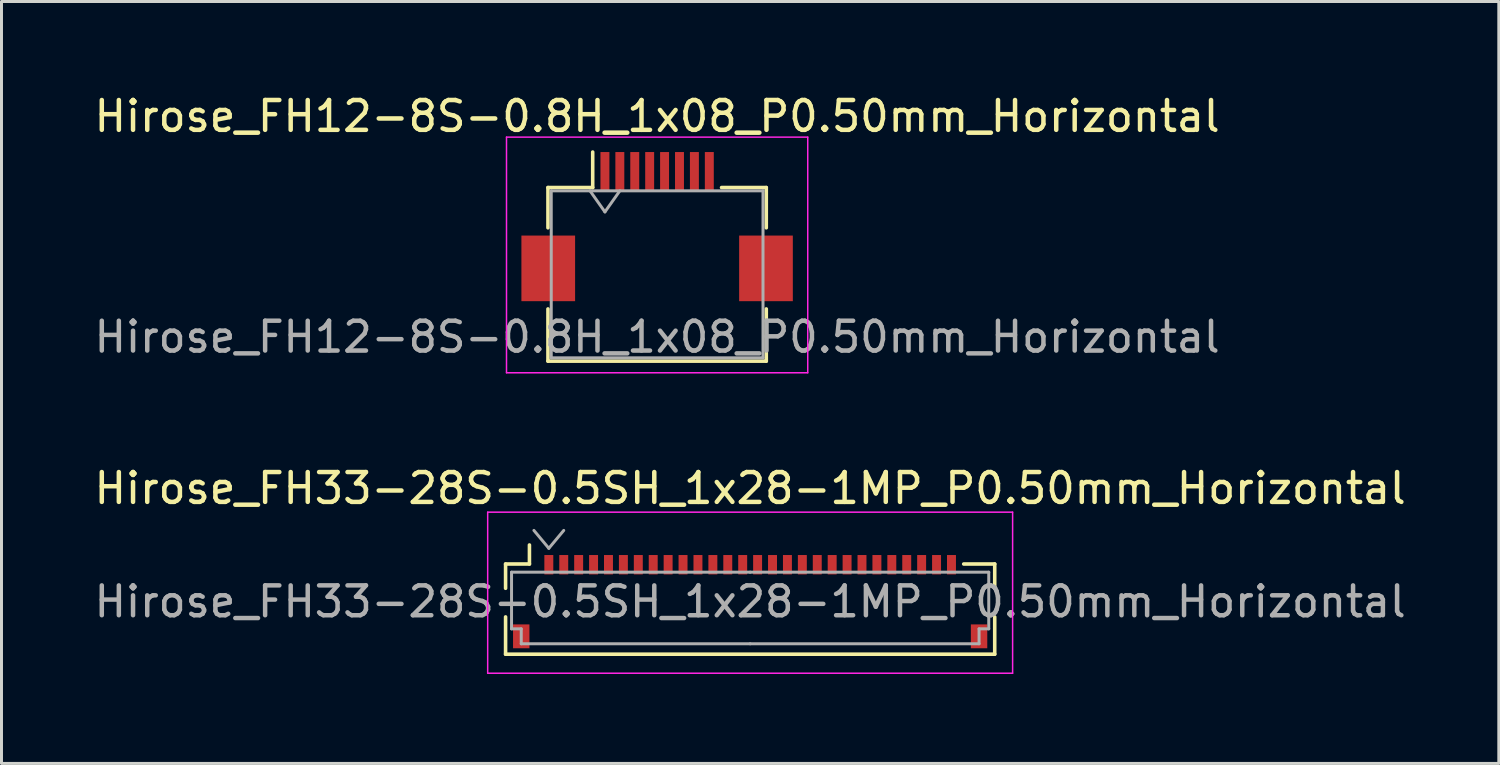
<source format=kicad_pcb>
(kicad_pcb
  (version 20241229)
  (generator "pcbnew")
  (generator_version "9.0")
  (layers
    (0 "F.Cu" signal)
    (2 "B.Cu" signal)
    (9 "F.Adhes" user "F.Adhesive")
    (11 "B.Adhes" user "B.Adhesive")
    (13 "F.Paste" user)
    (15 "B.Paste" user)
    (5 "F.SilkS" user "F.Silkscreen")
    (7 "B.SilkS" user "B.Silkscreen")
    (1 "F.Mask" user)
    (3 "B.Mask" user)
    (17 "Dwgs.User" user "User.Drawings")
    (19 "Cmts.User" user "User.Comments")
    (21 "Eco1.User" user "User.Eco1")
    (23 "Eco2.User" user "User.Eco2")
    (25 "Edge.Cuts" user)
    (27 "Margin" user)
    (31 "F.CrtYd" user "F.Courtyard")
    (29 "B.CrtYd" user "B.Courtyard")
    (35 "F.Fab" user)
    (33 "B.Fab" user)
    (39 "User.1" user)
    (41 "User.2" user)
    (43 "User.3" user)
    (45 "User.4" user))
  (footprint "Hirose_FH12-8S-0.8H_1x08_P0.50mm_Horizontal"
    (layer "F.Cu")
    (at 18.982 4.548)
    (property "Reference" "Hirose_FH12-8S-0.8H_1x08_P0.50mm_Horizontal" (at 0 -3.7 0) (layer "F.SilkS") (effects (font (size 1 1) (thickness 0.15))))
    (attr smd)
    (fp_line (start -3.66 -1.31) (end -2.16 -1.31) (stroke (width 0.12) (type solid)) (layer "F.SilkS"))
    (fp_line (start -3.66 0.04) (end -3.66 -1.31) (stroke (width 0.12) (type solid)) (layer "F.SilkS"))
    (fp_line (start -3.66 2.76) (end -3.66 4.51) (stroke (width 0.12) (type solid)) (layer "F.SilkS"))
    (fp_line (start -3.66 4.51) (end 3.66 4.51) (stroke (width 0.12) (type solid)) (layer "F.SilkS"))
    (fp_line (start -2.16 -1.31) (end -2.16 -2.5) (stroke (width 0.12) (type solid)) (layer "F.SilkS"))
    (fp_line (start 3.66 -1.31) (end 2.16 -1.31) (stroke (width 0.12) (type solid)) (layer "F.SilkS"))
    (fp_line (start 3.66 0.04) (end 3.66 -1.31) (stroke (width 0.12) (type solid)) (layer "F.SilkS"))
    (fp_line (start 3.66 4.51) (end 3.66 2.76) (stroke (width 0.12) (type solid)) (layer "F.SilkS"))
    (fp_line (start -5.05 -3) (end -5.05 4.9) (stroke (width 0.05) (type solid)) (layer "F.CrtYd"))
    (fp_line (start -5.05 4.9) (end 5.05 4.9) (stroke (width 0.05) (type solid)) (layer "F.CrtYd"))
    (fp_line (start 5.05 -3) (end -5.05 -3) (stroke (width 0.05) (type solid)) (layer "F.CrtYd"))
    (fp_line (start 5.05 4.9) (end 5.05 -3) (stroke (width 0.05) (type solid)) (layer "F.CrtYd"))
    (fp_line (start -3.55 -1.2) (end -3.55 4.4) (stroke (width 0.1) (type solid)) (layer "F.Fab"))
    (fp_line (start -3.55 -1.2) (end 3.55 -1.2) (stroke (width 0.1) (type solid)) (layer "F.Fab"))
    (fp_line (start -3.55 4.4) (end 3.55 4.4) (stroke (width 0.1) (type solid)) (layer "F.Fab"))
    (fp_line (start -2.25 -1.2) (end -1.75 -0.493) (stroke (width 0.1) (type solid)) (layer "F.Fab"))
    (fp_line (start -1.75 -0.493) (end -1.25 -1.2) (stroke (width 0.1) (type solid)) (layer "F.Fab"))
    (fp_line (start 3.55 -1.2) (end 3.55 4.4) (stroke (width 0.1) (type solid)) (layer "F.Fab"))
    (fp_text user "${REFERENCE}" (at 0 3.7 0) (layer "F.Fab") (effects (font (size 1 1) (thickness 0.15))))
    (pad "" smd rect (at -3.65 1.4) (size 1.8 2.2) (layers "F.Cu" "F.Mask" "F.Paste"))
    (pad "" smd rect (at 3.65 1.4) (size 1.8 2.2) (layers "F.Cu" "F.Mask" "F.Paste"))
    (pad "1" smd rect (at -1.75 -1.85) (size 0.3 1.3) (layers "F.Cu" "F.Mask" "F.Paste"))
    (pad "2" smd rect (at -1.25 -1.85) (size 0.3 1.3) (layers "F.Cu" "F.Mask" "F.Paste"))
    (pad "3" smd rect (at -0.75 -1.85) (size 0.3 1.3) (layers "F.Cu" "F.Mask" "F.Paste"))
    (pad "4" smd rect (at -0.25 -1.85) (size 0.3 1.3) (layers "F.Cu" "F.Mask" "F.Paste"))
    (pad "5" smd rect (at 0.25 -1.85) (size 0.3 1.3) (layers "F.Cu" "F.Mask" "F.Paste"))
    (pad "6" smd rect (at 0.75 -1.85) (size 0.3 1.3) (layers "F.Cu" "F.Mask" "F.Paste"))
    (pad "7" smd rect (at 1.25 -1.85) (size 0.3 1.3) (layers "F.Cu" "F.Mask" "F.Paste"))
    (pad "8" smd rect (at 1.75 -1.85) (size 0.3 1.3) (layers "F.Cu" "F.Mask" "F.Paste")))
  (footprint "Hirose_FH33-28S-0.5SH_1x28-1MP_P0.50mm_Horizontal"
    (layer "F.Cu")
    (at 22.101 17.122)
    (property "Reference" "Hirose_FH33-28S-0.5SH_1x28-1MP_P0.50mm_Horizontal" (at 0 -3.8 0) (layer "F.SilkS") (effects (font (size 1 1) (thickness 0.15))))
    (attr smd)
    (fp_line (start -8.2 -1.262) (end -8.2 -0.448) (stroke (width 0.12) (type solid)) (layer "F.SilkS"))
    (fp_line (start -8.2 0.512) (end -8.2 1.762) (stroke (width 0.12) (type solid)) (layer "F.SilkS"))
    (fp_line (start -8.2 1.762) (end 8.2 1.762) (stroke (width 0.12) (type solid)) (layer "F.SilkS"))
    (fp_line (start -7.4 -1.262) (end -8.2 -1.262) (stroke (width 0.12) (type solid)) (layer "F.SilkS"))
    (fp_line (start -7.4 -1.262) (end -7.4 -1.9) (stroke (width 0.12) (type solid)) (layer "F.SilkS"))
    (fp_line (start 7.16 -1.262) (end 8.2 -1.262) (stroke (width 0.12) (type solid)) (layer "F.SilkS"))
    (fp_line (start 8.2 -1.262) (end 8.2 -0.448) (stroke (width 0.12) (type solid)) (layer "F.SilkS"))
    (fp_line (start 8.2 0.512) (end 8.2 1.762) (stroke (width 0.12) (type solid)) (layer "F.SilkS"))
    (fp_line (start -8.8 -3) (end -8.8 2.4) (stroke (width 0.05) (type solid)) (layer "F.CrtYd"))
    (fp_line (start -8.8 2.4) (end 8.8 2.4) (stroke (width 0.05) (type solid)) (layer "F.CrtYd"))
    (fp_line (start 8.8 -3) (end -8.8 -3) (stroke (width 0.05) (type solid)) (layer "F.CrtYd"))
    (fp_line (start 8.8 2.4) (end 8.8 -3) (stroke (width 0.05) (type solid)) (layer "F.CrtYd"))
    (fp_line (start -8 -0.988) (end -8 0.912) (stroke (width 0.1) (type solid)) (layer "F.Fab"))
    (fp_line (start -8 0.912) (end -7.675 0.912) (stroke (width 0.1) (type solid)) (layer "F.Fab"))
    (fp_line (start -7.675 0.912) (end -7.675 1.413) (stroke (width 0.1) (type solid)) (layer "F.Fab"))
    (fp_line (start -7.675 1.413) (end 0 1.413) (stroke (width 0.1) (type solid)) (layer "F.Fab"))
    (fp_line (start -7.25 -2.388) (end -6.75 -1.788) (stroke (width 0.1) (type solid)) (layer "F.Fab"))
    (fp_line (start -6.75 -1.788) (end -6.25 -2.388) (stroke (width 0.1) (type solid)) (layer "F.Fab"))
    (fp_line (start 0 -0.988) (end -8 -0.988) (stroke (width 0.1) (type solid)) (layer "F.Fab"))
    (fp_line (start 0 -0.988) (end 8 -0.988) (stroke (width 0.1) (type solid)) (layer "F.Fab"))
    (fp_line (start 7.675 0.912) (end 8 0.912) (stroke (width 0.1) (type solid)) (layer "F.Fab"))
    (fp_line (start 7.675 1.413) (end 0 1.413) (stroke (width 0.1) (type solid)) (layer "F.Fab"))
    (fp_line (start 7.675 1.413) (end 7.675 0.912) (stroke (width 0.1) (type solid)) (layer "F.Fab"))
    (fp_line (start 8 -0.988) (end 8 0.912) (stroke (width 0.1) (type solid)) (layer "F.Fab"))
    (fp_text user "${REFERENCE}" (at 0 0 0) (layer "F.Fab") (effects (font (size 1 1) (thickness 0.15))))
    (pad "1" smd rect (at -6.75 -1.238) (size 0.3 0.65) (layers "F.Cu" "F.Mask" "F.Paste"))
    (pad "2" smd rect (at -6.25 -1.238) (size 0.3 0.65) (layers "F.Cu" "F.Mask" "F.Paste"))
    (pad "3" smd rect (at -5.75 -1.238) (size 0.3 0.65) (layers "F.Cu" "F.Mask" "F.Paste"))
    (pad "4" smd rect (at -5.25 -1.238) (size 0.3 0.65) (layers "F.Cu" "F.Mask" "F.Paste"))
    (pad "5" smd rect (at -4.75 -1.238) (size 0.3 0.65) (layers "F.Cu" "F.Mask" "F.Paste"))
    (pad "6" smd rect (at -4.25 -1.238) (size 0.3 0.65) (layers "F.Cu" "F.Mask" "F.Paste"))
    (pad "7" smd rect (at -3.75 -1.238) (size 0.3 0.65) (layers "F.Cu" "F.Mask" "F.Paste"))
    (pad "8" smd rect (at -3.25 -1.238) (size 0.3 0.65) (layers "F.Cu" "F.Mask" "F.Paste"))
    (pad "9" smd rect (at -2.75 -1.238) (size 0.3 0.65) (layers "F.Cu" "F.Mask" "F.Paste"))
    (pad "10" smd rect (at -2.25 -1.238) (size 0.3 0.65) (layers "F.Cu" "F.Mask" "F.Paste"))
    (pad "11" smd rect (at -1.75 -1.238) (size 0.3 0.65) (layers "F.Cu" "F.Mask" "F.Paste"))
    (pad "12" smd rect (at -1.25 -1.238) (size 0.3 0.65) (layers "F.Cu" "F.Mask" "F.Paste"))
    (pad "13" smd rect (at -0.75 -1.238) (size 0.3 0.65) (layers "F.Cu" "F.Mask" "F.Paste"))
    (pad "14" smd rect (at -0.25 -1.238) (size 0.3 0.65) (layers "F.Cu" "F.Mask" "F.Paste"))
    (pad "15" smd rect (at 0.25 -1.238) (size 0.3 0.65) (layers "F.Cu" "F.Mask" "F.Paste"))
    (pad "16" smd rect (at 0.75 -1.238) (size 0.3 0.65) (layers "F.Cu" "F.Mask" "F.Paste"))
    (pad "17" smd rect (at 1.25 -1.238) (size 0.3 0.65) (layers "F.Cu" "F.Mask" "F.Paste"))
    (pad "18" smd rect (at 1.75 -1.238) (size 0.3 0.65) (layers "F.Cu" "F.Mask" "F.Paste"))
    (pad "19" smd rect (at 2.25 -1.238) (size 0.3 0.65) (layers "F.Cu" "F.Mask" "F.Paste"))
    (pad "20" smd rect (at 2.75 -1.238) (size 0.3 0.65) (layers "F.Cu" "F.Mask" "F.Paste"))
    (pad "21" smd rect (at 3.25 -1.238) (size 0.3 0.65) (layers "F.Cu" "F.Mask" "F.Paste"))
    (pad "22" smd rect (at 3.75 -1.238) (size 0.3 0.65) (layers "F.Cu" "F.Mask" "F.Paste"))
    (pad "23" smd rect (at 4.25 -1.238) (size 0.3 0.65) (layers "F.Cu" "F.Mask" "F.Paste"))
    (pad "24" smd rect (at 4.75 -1.238) (size 0.3 0.65) (layers "F.Cu" "F.Mask" "F.Paste"))
    (pad "25" smd rect (at 5.25 -1.238) (size 0.3 0.65) (layers "F.Cu" "F.Mask" "F.Paste"))
    (pad "26" smd rect (at 5.75 -1.238) (size 0.3 0.65) (layers "F.Cu" "F.Mask" "F.Paste"))
    (pad "27" smd rect (at 6.25 -1.238) (size 0.3 0.65) (layers "F.Cu" "F.Mask" "F.Paste"))
    (pad "28" smd rect (at 6.75 -1.238) (size 0.3 0.65) (layers "F.Cu" "F.Mask" "F.Paste"))
    (pad "MP" smd rect (at -7.675 1.163) (size 0.55 0.8) (layers "F.Cu" "F.Mask" "F.Paste"))
    (pad "MP" smd rect (at 7.675 1.163) (size 0.55 0.8) (layers "F.Cu" "F.Mask" "F.Paste")))
  (gr_rect
    (start -3 -3)
    (end 47.202 22.547)
    (stroke (width 0.1) (type default))
    (fill no)
    (layer "Edge.Cuts")))
</source>
